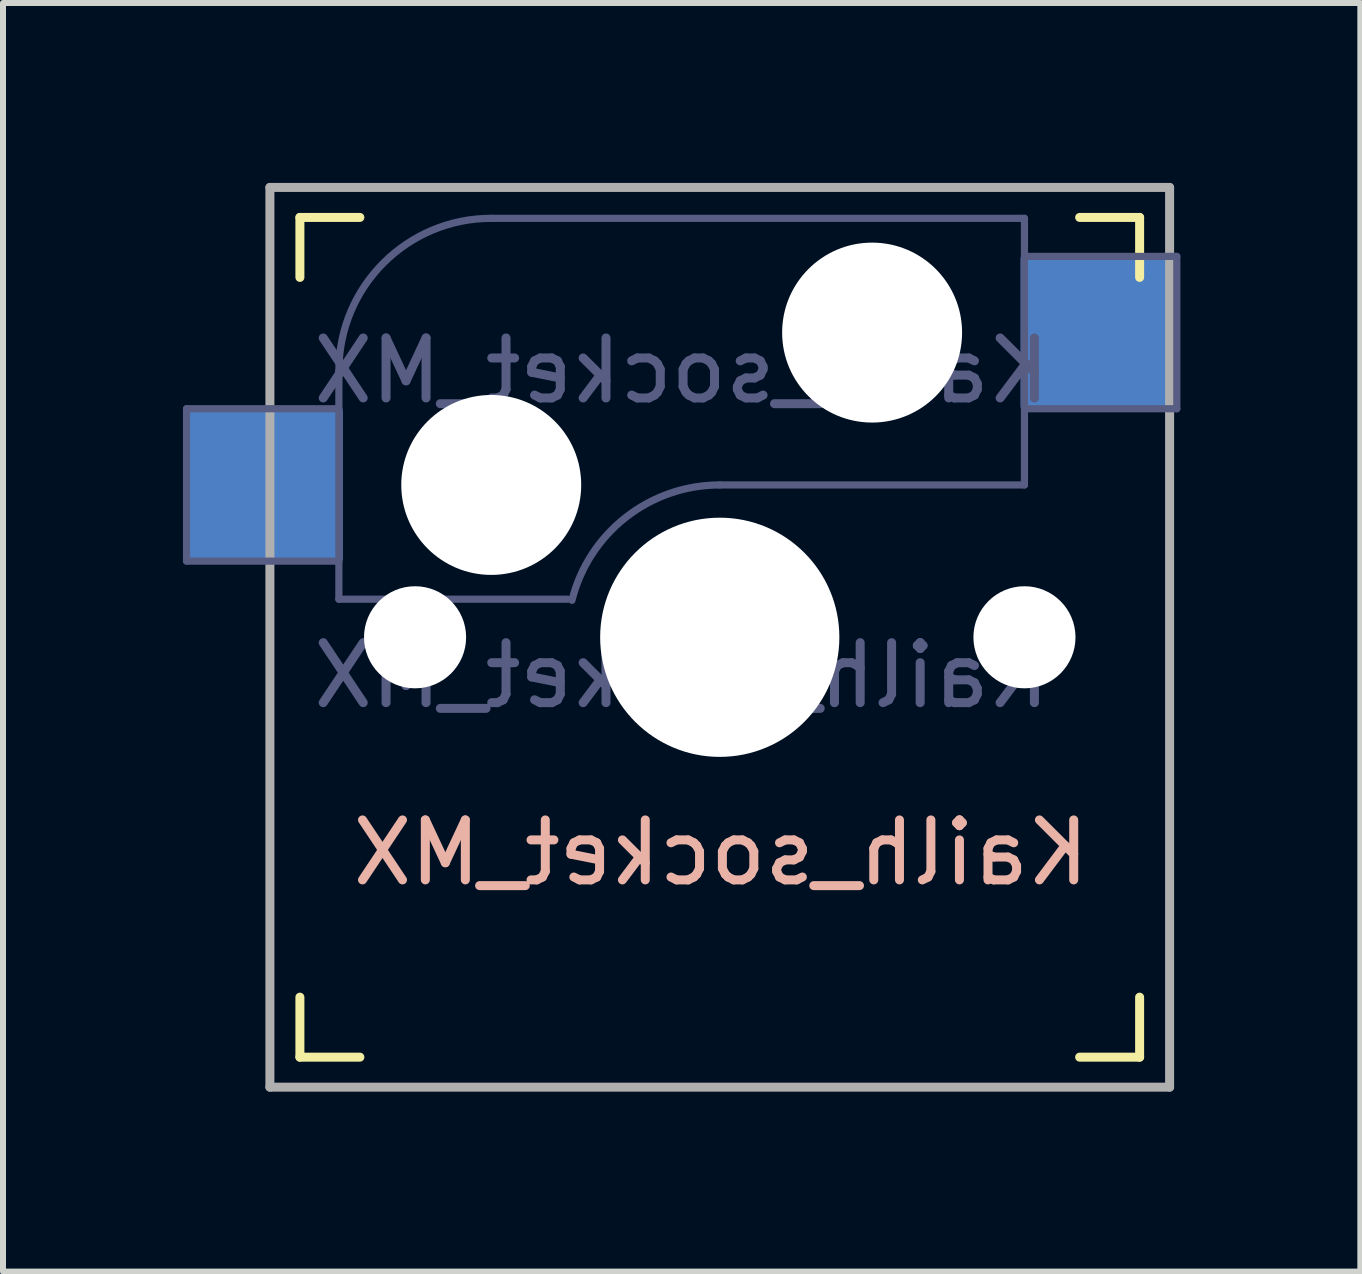
<source format=kicad_pcb>
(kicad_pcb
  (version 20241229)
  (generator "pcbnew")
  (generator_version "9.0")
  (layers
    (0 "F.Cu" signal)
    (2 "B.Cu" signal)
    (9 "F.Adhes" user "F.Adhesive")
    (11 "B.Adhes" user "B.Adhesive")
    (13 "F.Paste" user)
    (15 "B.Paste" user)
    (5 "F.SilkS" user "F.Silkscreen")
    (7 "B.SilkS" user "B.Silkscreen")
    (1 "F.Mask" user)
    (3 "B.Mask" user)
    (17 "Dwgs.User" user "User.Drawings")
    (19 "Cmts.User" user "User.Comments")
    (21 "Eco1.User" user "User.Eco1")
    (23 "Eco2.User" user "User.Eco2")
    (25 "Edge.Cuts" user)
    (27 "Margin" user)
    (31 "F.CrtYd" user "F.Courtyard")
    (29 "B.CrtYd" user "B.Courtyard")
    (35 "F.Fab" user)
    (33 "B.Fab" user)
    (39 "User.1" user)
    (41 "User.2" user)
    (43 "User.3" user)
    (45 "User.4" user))
  (footprint "Kailh_socket_MX"
    (layer "F.Cu")
    (at 8.95 7.575)
    (property "Reference" "Kailh_socket_MX" (at 0.02 3.59 0) (layer "B.SilkS") (effects (font (size 1 1) (thickness 0.15)) (justify mirror)))
    (property "Value" "Kailh_socket_MX" (at 0 8.255 0) (layer "F.Fab") (hide yes) (effects (font (size 1 1) (thickness 0.15))))
    (attr smd)
    (fp_line (start -7 -6) (end -7 -7) (stroke (width 0.15) (type solid)) (layer "F.SilkS"))
    (fp_line (start -7 7) (end -7 6) (stroke (width 0.15) (type solid)) (layer "F.SilkS"))
    (fp_line (start -7 7) (end -6 7) (stroke (width 0.15) (type solid)) (layer "F.SilkS"))
    (fp_line (start -6 -7) (end -7 -7) (stroke (width 0.15) (type solid)) (layer "F.SilkS"))
    (fp_line (start 6 7) (end 7 7) (stroke (width 0.15) (type solid)) (layer "F.SilkS"))
    (fp_line (start 7 -7) (end 6 -7) (stroke (width 0.15) (type solid)) (layer "F.SilkS"))
    (fp_line (start 7 -7) (end 7 -6) (stroke (width 0.15) (type solid)) (layer "F.SilkS"))
    (fp_line (start 7 6) (end 7 7) (stroke (width 0.15) (type solid)) (layer "F.SilkS"))
    (fp_line (start -6.9 6.9) (end -6.9 -6.9) (stroke (width 0.15) (type solid)) (layer "Eco2.User"))
    (fp_line (start -6.9 6.9) (end 6.9 6.9) (stroke (width 0.15) (type solid)) (layer "Eco2.User"))
    (fp_line (start 6.9 -6.9) (end -6.9 -6.9) (stroke (width 0.15) (type solid)) (layer "Eco2.User"))
    (fp_line (start 6.9 -6.9) (end 6.9 6.9) (stroke (width 0.15) (type solid)) (layer "Eco2.User"))
    (fp_line (start -8.89 -3.81) (end -6.35 -3.81) (stroke (width 0.12) (type solid)) (layer "B.Fab"))
    (fp_line (start -8.89 -1.27) (end -8.89 -3.81) (stroke (width 0.12) (type solid)) (layer "B.Fab"))
    (fp_line (start -6.35 -1.27) (end -8.89 -1.27) (stroke (width 0.12) (type solid)) (layer "B.Fab"))
    (fp_line (start -6.35 -0.635) (end -6.35 -4.445) (stroke (width 0.12) (type solid)) (layer "B.Fab"))
    (fp_line (start -6.35 -0.635) (end -2.54 -0.635) (stroke (width 0.12) (type solid)) (layer "B.Fab"))
    (fp_line (start -3.81 -6.985) (end 5.08 -6.985) (stroke (width 0.12) (type solid)) (layer "B.Fab"))
    (fp_line (start 5.08 -6.985) (end 5.08 -2.54) (stroke (width 0.12) (type solid)) (layer "B.Fab"))
    (fp_line (start 5.08 -6.35) (end 7.62 -6.35) (stroke (width 0.12) (type solid)) (layer "B.Fab"))
    (fp_line (start 5.08 -2.54) (end 0 -2.54) (stroke (width 0.12) (type solid)) (layer "B.Fab"))
    (fp_line (start 7.62 -6.35) (end 7.62 -3.81) (stroke (width 0.12) (type solid)) (layer "B.Fab"))
    (fp_line (start 7.62 -3.81) (end 5.08 -3.81) (stroke (width 0.12) (type solid)) (layer "B.Fab"))
    (fp_arc (start -6.35 -4.445) (mid -5.606051 -6.241051) (end -3.81 -6.985) (stroke (width 0.12) (type solid)) (layer "B.Fab"))
    (fp_arc (start -2.464162 -0.61604) (mid -1.563147 -2.002042) (end 0 -2.54) (stroke (width 0.12) (type solid)) (layer "B.Fab"))
    (fp_line (start -7.5 -7.5) (end 7.5 -7.5) (stroke (width 0.15) (type solid)) (layer "F.Fab"))
    (fp_line (start -7.5 7.5) (end -7.5 -7.5) (stroke (width 0.15) (type solid)) (layer "F.Fab"))
    (fp_line (start 7.5 -7.5) (end 7.5 7.5) (stroke (width 0.15) (type solid)) (layer "F.Fab"))
    (fp_line (start 7.5 7.5) (end -7.5 7.5) (stroke (width 0.15) (type solid)) (layer "F.Fab"))
    (fp_text user "${VALUE}" (at -0.635 0.635 0) (layer "B.Fab") (effects (font (size 1 1) (thickness 0.15)) (justify mirror)))
    (fp_text user "${REFERENCE}" (at -0.635 -4.445 0) (layer "B.Fab") (effects (font (size 1 1) (thickness 0.15)) (justify mirror)))
    (pad "" np_thru_hole circle (at -5.08 0) (size 1.702 1.702) (drill 1.702) (layers "*.Cu" "*.Mask"))
    (pad "" np_thru_hole circle (at -3.81 -2.54) (size 3 3) (drill 3) (layers "*.Cu" "*.Mask"))
    (pad "" np_thru_hole circle (at 0 0) (size 3.988 3.988) (drill 3.988) (layers "*.Cu" "*.Mask"))
    (pad "" np_thru_hole circle (at 2.54 -5.08) (size 3 3) (drill 3) (layers "*.Cu" "*.Mask"))
    (pad "" np_thru_hole circle (at 5.08 0) (size 1.702 1.702) (drill 1.702) (layers "*.Cu" "*.Mask"))
    (pad "1" smd rect (at 6.29 -5.08) (size 2.55 2.5) (layers "B.Cu" "B.Mask" "B.Paste"))
    (pad "2" smd rect (at -7.56 -2.54) (size 2.55 2.5) (layers "B.Cu" "B.Mask" "B.Paste")))
  (gr_rect
    (start -3 -3)
    (end 19.63 18.15)
    (stroke (width 0.1) (type default))
    (fill no)
    (layer "Edge.Cuts")))
</source>
